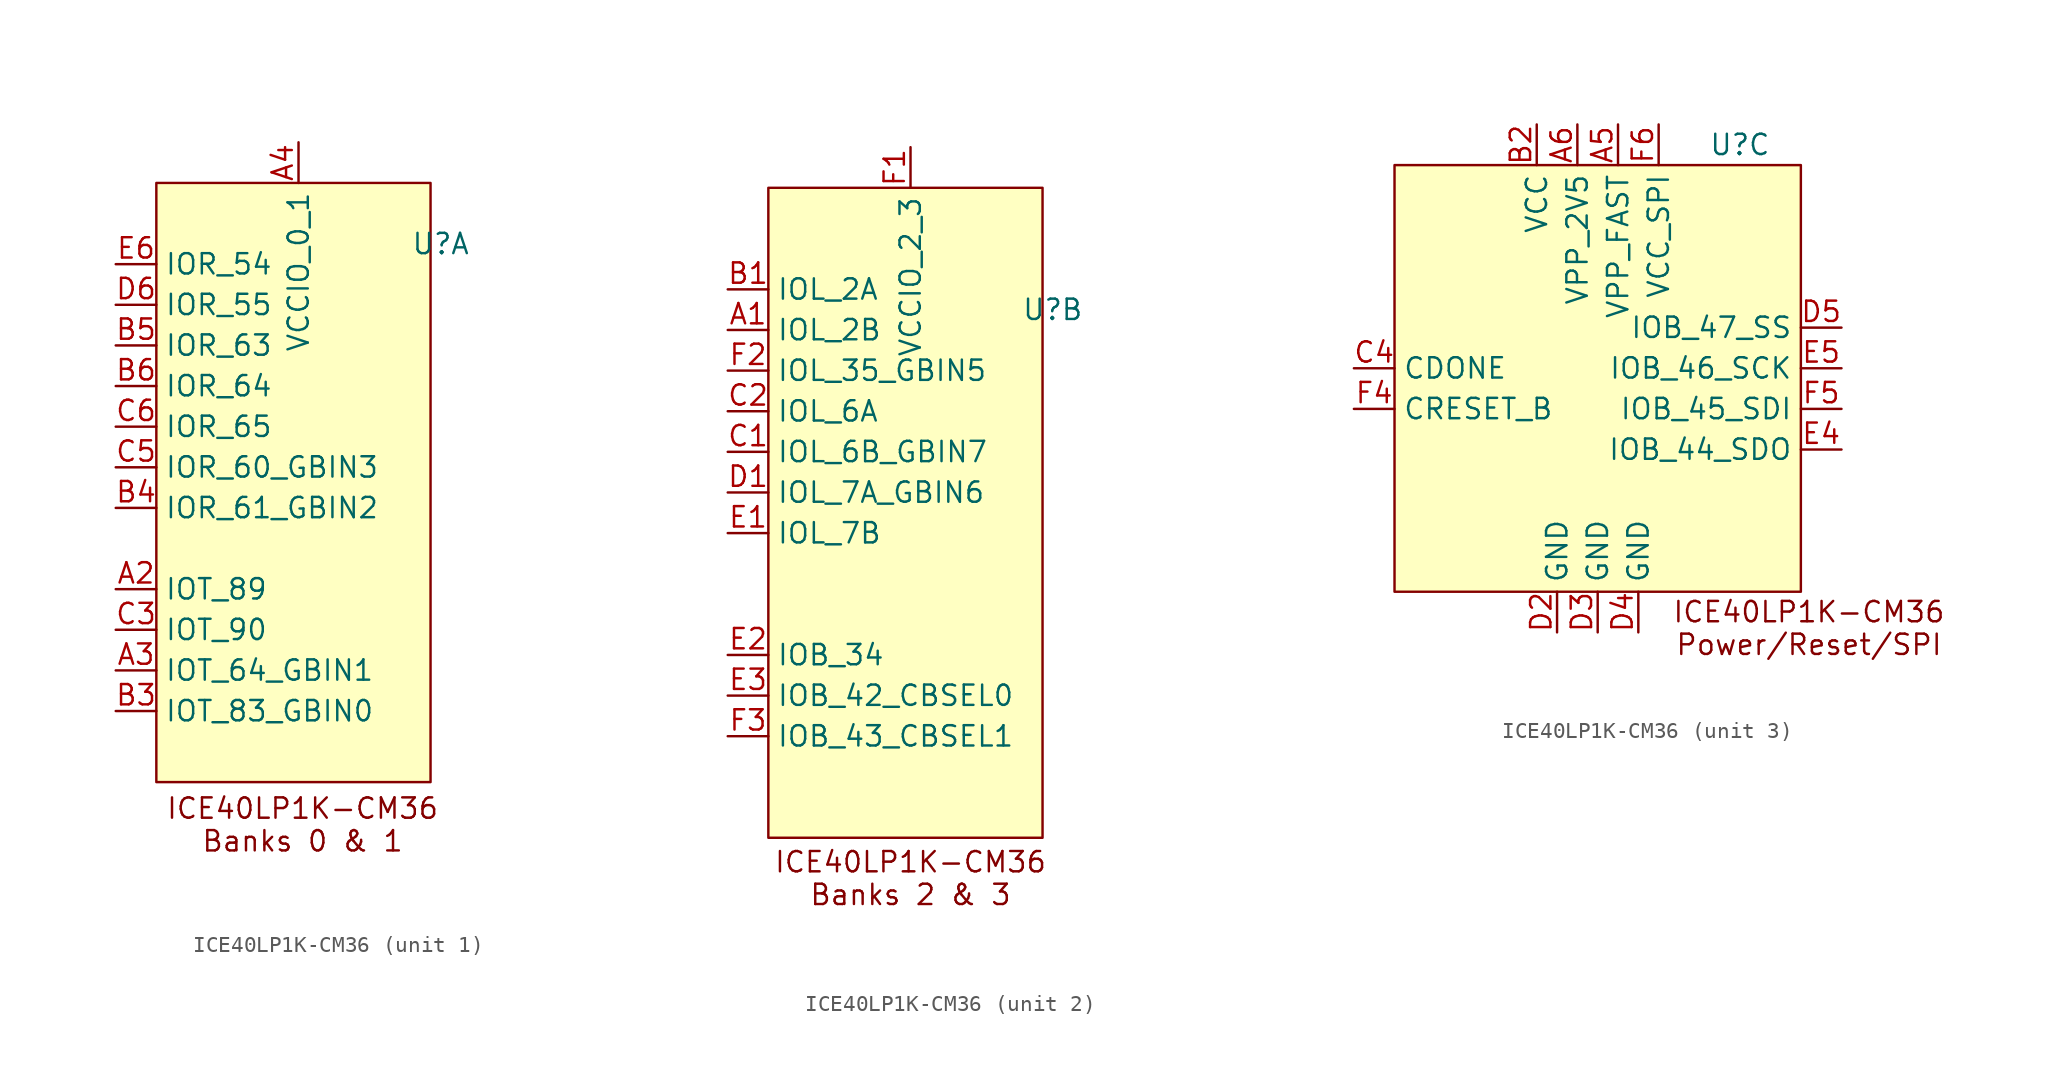
<source format=kicad_sym>
(kicad_symbol_lib
  (version 20231120)
  (generator "kicad_symbol_editor")
  (generator_version "8.0")
  (symbol "ICE40LP1K-CM36"
    (property "Reference" "U"
      (at 8.89 15.24 0)
      (effects (font (size 1.27 1.27))))
    (property "Value" ""
      (at 16.51 1.27 0)
      (effects (font (size 1.27 1.27))))
    (property "ki_locked" ""
      (at 0 0 0)
      (effects (font (size 1.27 1.27))))
    (symbol "ICE40LP1K-CM36_1_0"
      (pin unspecified line (at -11.43 -6.35 0) (length 2.54) (name "IOT_89" (effects (font (size 1.27 1.27)))) (number "A2" (effects (font (size 1.27 1.27)))))
      (pin unspecified line (at -11.43 -11.43 0) (length 2.54) (name "IOT_64_GBIN1" (effects (font (size 1.27 1.27)))) (number "A3" (effects (font (size 1.27 1.27)))))
      (pin unspecified line (at 0 21.59 270) (length 2.54) (name "VCCIO_0_1" (effects (font (size 1.27 1.27)))) (number "A4" (effects (font (size 1.27 1.27)))))
      (pin unspecified line (at -11.43 -13.97 0) (length 2.54) (name "IOT_83_GBIN0" (effects (font (size 1.27 1.27)))) (number "B3" (effects (font (size 1.27 1.27)))))
      (pin unspecified line (at -11.43 -1.27 0) (length 2.54) (name "IOR_61_GBIN2" (effects (font (size 1.27 1.27)))) (number "B4" (effects (font (size 1.27 1.27)))))
      (pin unspecified line (at -11.43 8.89 0) (length 2.54) (name "IOR_63" (effects (font (size 1.27 1.27)))) (number "B5" (effects (font (size 1.27 1.27)))))
      (pin unspecified line (at -11.43 6.35 0) (length 2.54) (name "IOR_64" (effects (font (size 1.27 1.27)))) (number "B6" (effects (font (size 1.27 1.27)))))
      (pin unspecified line (at -11.43 -8.89 0) (length 2.54) (name "IOT_90" (effects (font (size 1.27 1.27)))) (number "C3" (effects (font (size 1.27 1.27)))))
      (pin unspecified line (at -11.43 1.27 0) (length 2.54) (name "IOR_60_GBIN3" (effects (font (size 1.27 1.27)))) (number "C5" (effects (font (size 1.27 1.27)))))
      (pin unspecified line (at -11.43 3.81 0) (length 2.54) (name "IOR_65" (effects (font (size 1.27 1.27)))) (number "C6" (effects (font (size 1.27 1.27)))))
      (pin unspecified line (at -11.43 11.43 0) (length 2.54) (name "IOR_55" (effects (font (size 1.27 1.27)))) (number "D6" (effects (font (size 1.27 1.27)))))
      (pin unspecified line (at -11.43 13.97 0) (length 2.54) (name "IOR_54" (effects (font (size 1.27 1.27)))) (number "E6" (effects (font (size 1.27 1.27))))))
    (symbol "ICE40LP1K-CM36_1_1"
      (rectangle (start -8.89 19.05) (end 8.255 -18.415) (stroke (width 0) (type default)) (fill (type background)))
      (text "ICE40LP1K-CM36\nBanks 0 & 1" (at 0.254 -21.082 0) (effects (font (size 1.27 1.27)))))
    (symbol "ICE40LP1K-CM36_2_0"
      (pin unspecified line (at -11.43 13.97 0) (length 2.54) (name "IOL_2B" (effects (font (size 1.27 1.27)))) (number "A1" (effects (font (size 1.27 1.27)))))
      (pin unspecified line (at -11.43 16.51 0) (length 2.54) (name "IOL_2A" (effects (font (size 1.27 1.27)))) (number "B1" (effects (font (size 1.27 1.27)))))
      (pin unspecified line (at -11.43 6.35 0) (length 2.54) (name "IOL_6B_GBIN7" (effects (font (size 1.27 1.27)))) (number "C1" (effects (font (size 1.27 1.27)))))
      (pin unspecified line (at -11.43 8.89 0) (length 2.54) (name "IOL_6A" (effects (font (size 1.27 1.27)))) (number "C2" (effects (font (size 1.27 1.27)))))
      (pin unspecified line (at -11.43 3.81 0) (length 2.54) (name "IOL_7A_GBIN6" (effects (font (size 1.27 1.27)))) (number "D1" (effects (font (size 1.27 1.27)))))
      (pin unspecified line (at -11.43 1.27 0) (length 2.54) (name "IOL_7B" (effects (font (size 1.27 1.27)))) (number "E1" (effects (font (size 1.27 1.27)))))
      (pin unspecified line (at -11.43 -6.35 0) (length 2.54) (name "IOB_34" (effects (font (size 1.27 1.27)))) (number "E2" (effects (font (size 1.27 1.27)))))
      (pin unspecified line (at -11.43 -8.89 0) (length 2.54) (name "IOB_42_CBSEL0" (effects (font (size 1.27 1.27)))) (number "E3" (effects (font (size 1.27 1.27)))))
      (pin unspecified line (at 0 25.4 270) (length 2.54) (name "VCCIO_2_3" (effects (font (size 1.27 1.27)))) (number "F1" (effects (font (size 1.27 1.27)))))
      (pin unspecified line (at -11.43 11.43 0) (length 2.54) (name "IOL_35_GBIN5" (effects (font (size 1.27 1.27)))) (number "F2" (effects (font (size 1.27 1.27)))))
      (pin unspecified line (at -11.43 -11.43 0) (length 2.54) (name "IOB_43_CBSEL1" (effects (font (size 1.27 1.27)))) (number "F3" (effects (font (size 1.27 1.27))))))
    (symbol "ICE40LP1K-CM36_2_1"
      (rectangle (start -8.89 22.86) (end 8.255 -17.78) (stroke (width 0) (type default)) (fill (type background)))
      (text "ICE40LP1K-CM36\nBanks 2 & 3" (at 0 -20.32 0) (effects (font (size 1.27 1.27)))))
    (symbol "ICE40LP1K-CM36_3_0"
      (pin unspecified line (at 1.27 16.51 270) (length 2.54) (name "VPP_FAST" (effects (font (size 1.27 1.27)))) (number "A5" (effects (font (size 1.27 1.27)))))
      (pin unspecified line (at -1.27 16.51 270) (length 2.54) (name "VPP_2V5" (effects (font (size 1.27 1.27)))) (number "A6" (effects (font (size 1.27 1.27)))))
      (pin unspecified line (at -3.81 16.51 270) (length 2.54) (name "VCC" (effects (font (size 1.27 1.27)))) (number "B2" (effects (font (size 1.27 1.27)))))
      (pin unspecified line (at -15.24 1.27 0) (length 2.54) (name "CDONE" (effects (font (size 1.27 1.27)))) (number "C4" (effects (font (size 1.27 1.27)))))
      (pin unspecified line (at -2.54 -15.24 90) (length 2.54) (name "GND" (effects (font (size 1.27 1.27)))) (number "D2" (effects (font (size 1.27 1.27)))))
      (pin unspecified line (at 0 -15.24 90) (length 2.54) (name "GND" (effects (font (size 1.27 1.27)))) (number "D3" (effects (font (size 1.27 1.27)))))
      (pin unspecified line (at 2.54 -15.24 90) (length 2.54) (name "GND" (effects (font (size 1.27 1.27)))) (number "D4" (effects (font (size 1.27 1.27)))))
      (pin unspecified line (at 15.24 3.81 180) (length 2.54) (name "IOB_47_SS" (effects (font (size 1.27 1.27)))) (number "D5" (effects (font (size 1.27 1.27)))))
      (pin unspecified line (at 15.24 -3.81 180) (length 2.54) (name "IOB_44_SDO" (effects (font (size 1.27 1.27)))) (number "E4" (effects (font (size 1.27 1.27)))))
      (pin unspecified line (at 15.24 1.27 180) (length 2.54) (name "IOB_46_SCK" (effects (font (size 1.27 1.27)))) (number "E5" (effects (font (size 1.27 1.27)))))
      (pin unspecified line (at -15.24 -1.27 0) (length 2.54) (name "CRESET_B" (effects (font (size 1.27 1.27)))) (number "F4" (effects (font (size 1.27 1.27)))))
      (pin unspecified line (at 15.24 -1.27 180) (length 2.54) (name "IOB_45_SDI" (effects (font (size 1.27 1.27)))) (number "F5" (effects (font (size 1.27 1.27)))))
      (pin unspecified line (at 3.81 16.51 270) (length 2.54) (name "VCC_SPI" (effects (font (size 1.27 1.27)))) (number "F6" (effects (font (size 1.27 1.27))))))
    (symbol "ICE40LP1K-CM36_3_1"
      (rectangle (start -12.7 13.97) (end 12.7 -12.7) (stroke (width 0) (type default)) (fill (type background)))
      (text "ICE40LP1K-CM36\nPower/Reset/SPI" (at 13.208 -14.986 0) (effects (font (size 1.27 1.27)))))))
</source>
